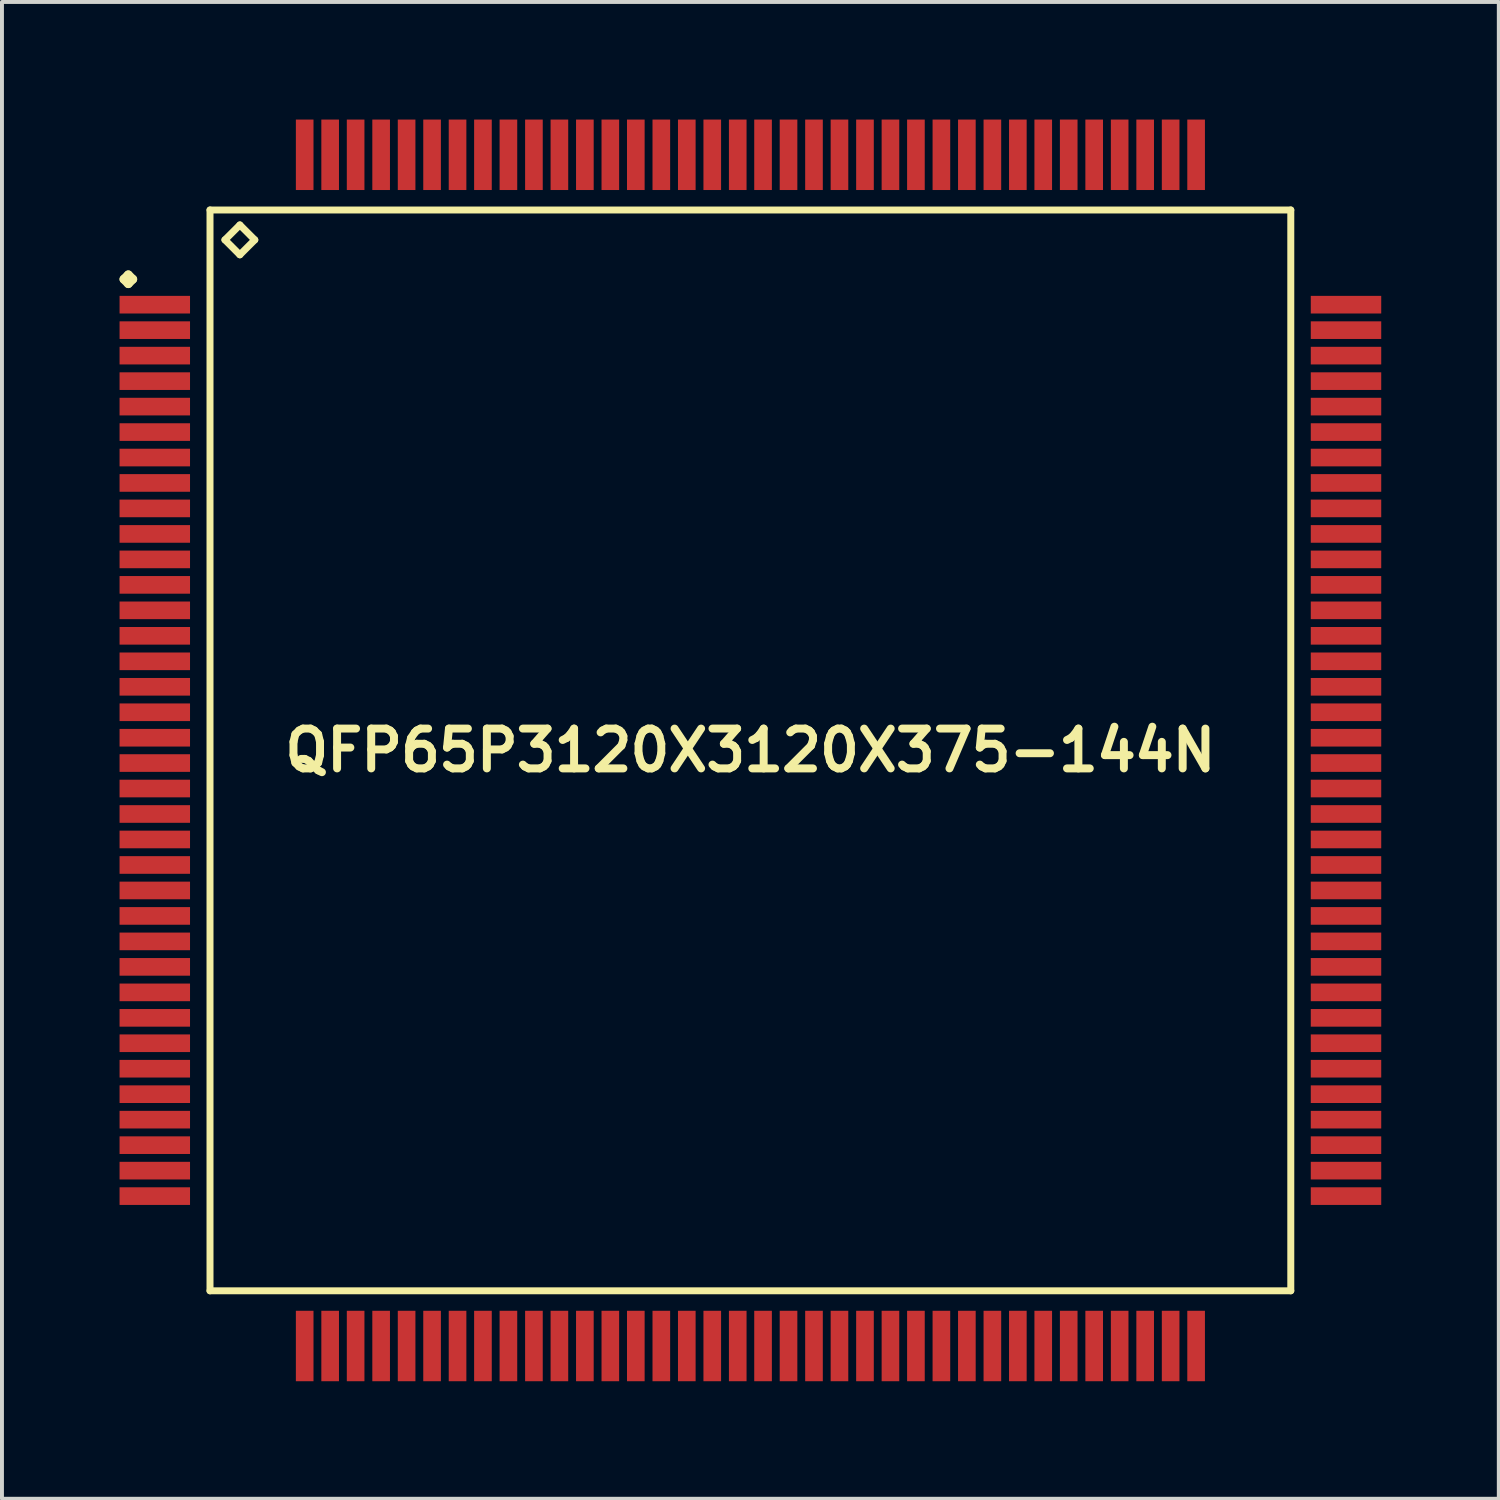
<source format=kicad_pcb>
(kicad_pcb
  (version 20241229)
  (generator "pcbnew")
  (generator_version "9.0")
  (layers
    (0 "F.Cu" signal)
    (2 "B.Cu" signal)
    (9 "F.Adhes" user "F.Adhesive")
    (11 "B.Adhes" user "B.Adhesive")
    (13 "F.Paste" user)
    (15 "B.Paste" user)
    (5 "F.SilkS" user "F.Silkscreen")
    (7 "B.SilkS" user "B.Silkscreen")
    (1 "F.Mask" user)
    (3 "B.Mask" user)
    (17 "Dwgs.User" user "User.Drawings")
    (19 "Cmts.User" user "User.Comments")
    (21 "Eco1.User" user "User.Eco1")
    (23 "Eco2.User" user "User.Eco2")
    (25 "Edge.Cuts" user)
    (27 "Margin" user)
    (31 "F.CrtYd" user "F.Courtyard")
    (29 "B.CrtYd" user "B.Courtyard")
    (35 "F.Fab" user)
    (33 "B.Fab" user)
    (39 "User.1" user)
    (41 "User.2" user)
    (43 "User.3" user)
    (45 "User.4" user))
  (footprint "QFP65P3120X3120X375-144N"
    (layer "F.Cu")
    (at 16.099 16.099)
    (property "Reference" "QFP65P3120X3120X375-144N" (at 0 0 0) (layer "F.SilkS") (effects (font (size 1.016 1.016) (thickness 0.203))))
    (attr smd)
    (fp_line (start -15.987 -12.024) (end -15.875 -12.136) (stroke (width 0.224) (type solid)) (layer "F.SilkS"))
    (fp_line (start -15.875 -12.136) (end -15.761 -12.024) (stroke (width 0.224) (type solid)) (layer "F.SilkS"))
    (fp_line (start -15.875 -11.91) (end -15.987 -12.024) (stroke (width 0.224) (type solid)) (layer "F.SilkS"))
    (fp_line (start -15.761 -12.024) (end -15.875 -11.91) (stroke (width 0.224) (type solid)) (layer "F.SilkS"))
    (fp_line (start -13.79 -13.79) (end -13.79 13.79) (stroke (width 0.178) (type solid)) (layer "F.SilkS"))
    (fp_line (start -13.79 13.79) (end 13.79 13.79) (stroke (width 0.178) (type solid)) (layer "F.SilkS"))
    (fp_line (start -13.409 -13.028) (end -13.028 -13.409) (stroke (width 0.178) (type solid)) (layer "F.SilkS"))
    (fp_line (start -13.028 -13.409) (end -12.647 -13.028) (stroke (width 0.178) (type solid)) (layer "F.SilkS"))
    (fp_line (start -13.028 -12.647) (end -13.409 -13.028) (stroke (width 0.178) (type solid)) (layer "F.SilkS"))
    (fp_line (start -12.647 -13.028) (end -13.028 -12.647) (stroke (width 0.178) (type solid)) (layer "F.SilkS"))
    (fp_line (start 13.79 -13.79) (end -13.79 -13.79) (stroke (width 0.178) (type solid)) (layer "F.SilkS"))
    (fp_line (start 13.79 13.79) (end 13.79 -13.79) (stroke (width 0.178) (type solid)) (layer "F.SilkS"))
    (pad "1" smd rect (at -15.199 -11.374) (size 1.798 0.45) (layers "F.Cu" "F.Mask" "F.Paste"))
    (pad "2" smd rect (at -15.199 -10.724) (size 1.798 0.45) (layers "F.Cu" "F.Mask" "F.Paste"))
    (pad "3" smd rect (at -15.199 -10.074) (size 1.798 0.45) (layers "F.Cu" "F.Mask" "F.Paste"))
    (pad "4" smd rect (at -15.199 -9.423) (size 1.798 0.45) (layers "F.Cu" "F.Mask" "F.Paste"))
    (pad "5" smd rect (at -15.199 -8.773) (size 1.798 0.45) (layers "F.Cu" "F.Mask" "F.Paste"))
    (pad "6" smd rect (at -15.199 -8.123) (size 1.798 0.45) (layers "F.Cu" "F.Mask" "F.Paste"))
    (pad "7" smd rect (at -15.199 -7.473) (size 1.798 0.45) (layers "F.Cu" "F.Mask" "F.Paste"))
    (pad "8" smd rect (at -15.199 -6.825) (size 1.798 0.45) (layers "F.Cu" "F.Mask" "F.Paste"))
    (pad "9" smd rect (at -15.199 -6.175) (size 1.798 0.45) (layers "F.Cu" "F.Mask" "F.Paste"))
    (pad "10" smd rect (at -15.199 -5.524) (size 1.798 0.45) (layers "F.Cu" "F.Mask" "F.Paste"))
    (pad "11" smd rect (at -15.199 -4.874) (size 1.798 0.45) (layers "F.Cu" "F.Mask" "F.Paste"))
    (pad "12" smd rect (at -15.199 -4.224) (size 1.798 0.45) (layers "F.Cu" "F.Mask" "F.Paste"))
    (pad "13" smd rect (at -15.199 -3.574) (size 1.798 0.45) (layers "F.Cu" "F.Mask" "F.Paste"))
    (pad "14" smd rect (at -15.199 -2.924) (size 1.798 0.45) (layers "F.Cu" "F.Mask" "F.Paste"))
    (pad "15" smd rect (at -15.199 -2.273) (size 1.798 0.45) (layers "F.Cu" "F.Mask" "F.Paste"))
    (pad "16" smd rect (at -15.199 -1.623) (size 1.798 0.45) (layers "F.Cu" "F.Mask" "F.Paste"))
    (pad "17" smd rect (at -15.199 -0.973) (size 1.798 0.45) (layers "F.Cu" "F.Mask" "F.Paste"))
    (pad "18" smd rect (at -15.199 -0.323) (size 1.798 0.45) (layers "F.Cu" "F.Mask" "F.Paste"))
    (pad "19" smd rect (at -15.199 0.323) (size 1.798 0.45) (layers "F.Cu" "F.Mask" "F.Paste"))
    (pad "20" smd rect (at -15.199 0.973) (size 1.798 0.45) (layers "F.Cu" "F.Mask" "F.Paste"))
    (pad "21" smd rect (at -15.199 1.623) (size 1.798 0.45) (layers "F.Cu" "F.Mask" "F.Paste"))
    (pad "22" smd rect (at -15.199 2.273) (size 1.798 0.45) (layers "F.Cu" "F.Mask" "F.Paste"))
    (pad "23" smd rect (at -15.199 2.924) (size 1.798 0.45) (layers "F.Cu" "F.Mask" "F.Paste"))
    (pad "24" smd rect (at -15.199 3.574) (size 1.798 0.45) (layers "F.Cu" "F.Mask" "F.Paste"))
    (pad "25" smd rect (at -15.199 4.224) (size 1.798 0.45) (layers "F.Cu" "F.Mask" "F.Paste"))
    (pad "26" smd rect (at -15.199 4.874) (size 1.798 0.45) (layers "F.Cu" "F.Mask" "F.Paste"))
    (pad "27" smd rect (at -15.199 5.524) (size 1.798 0.45) (layers "F.Cu" "F.Mask" "F.Paste"))
    (pad "28" smd rect (at -15.199 6.175) (size 1.798 0.45) (layers "F.Cu" "F.Mask" "F.Paste"))
    (pad "29" smd rect (at -15.199 6.825) (size 1.798 0.45) (layers "F.Cu" "F.Mask" "F.Paste"))
    (pad "30" smd rect (at -15.199 7.473) (size 1.798 0.45) (layers "F.Cu" "F.Mask" "F.Paste"))
    (pad "31" smd rect (at -15.199 8.123) (size 1.798 0.45) (layers "F.Cu" "F.Mask" "F.Paste"))
    (pad "32" smd rect (at -15.199 8.773) (size 1.798 0.45) (layers "F.Cu" "F.Mask" "F.Paste"))
    (pad "33" smd rect (at -15.199 9.423) (size 1.798 0.45) (layers "F.Cu" "F.Mask" "F.Paste"))
    (pad "34" smd rect (at -15.199 10.074) (size 1.798 0.45) (layers "F.Cu" "F.Mask" "F.Paste"))
    (pad "35" smd rect (at -15.199 10.724) (size 1.798 0.45) (layers "F.Cu" "F.Mask" "F.Paste"))
    (pad "36" smd rect (at -15.199 11.374) (size 1.798 0.45) (layers "F.Cu" "F.Mask" "F.Paste"))
    (pad "37" smd rect (at -11.374 15.199) (size 0.45 1.798) (layers "F.Cu" "F.Mask" "F.Paste"))
    (pad "38" smd rect (at -10.724 15.199) (size 0.45 1.798) (layers "F.Cu" "F.Mask" "F.Paste"))
    (pad "39" smd rect (at -10.074 15.199) (size 0.45 1.798) (layers "F.Cu" "F.Mask" "F.Paste"))
    (pad "40" smd rect (at -9.423 15.199) (size 0.45 1.798) (layers "F.Cu" "F.Mask" "F.Paste"))
    (pad "41" smd rect (at -8.773 15.199) (size 0.45 1.798) (layers "F.Cu" "F.Mask" "F.Paste"))
    (pad "42" smd rect (at -8.123 15.199) (size 0.45 1.798) (layers "F.Cu" "F.Mask" "F.Paste"))
    (pad "43" smd rect (at -7.473 15.199) (size 0.45 1.798) (layers "F.Cu" "F.Mask" "F.Paste"))
    (pad "44" smd rect (at -6.825 15.199) (size 0.45 1.798) (layers "F.Cu" "F.Mask" "F.Paste"))
    (pad "45" smd rect (at -6.175 15.199) (size 0.45 1.798) (layers "F.Cu" "F.Mask" "F.Paste"))
    (pad "46" smd rect (at -5.524 15.199) (size 0.45 1.798) (layers "F.Cu" "F.Mask" "F.Paste"))
    (pad "47" smd rect (at -4.874 15.199) (size 0.45 1.798) (layers "F.Cu" "F.Mask" "F.Paste"))
    (pad "48" smd rect (at -4.224 15.199) (size 0.45 1.798) (layers "F.Cu" "F.Mask" "F.Paste"))
    (pad "49" smd rect (at -3.574 15.199) (size 0.45 1.798) (layers "F.Cu" "F.Mask" "F.Paste"))
    (pad "50" smd rect (at -2.924 15.199) (size 0.45 1.798) (layers "F.Cu" "F.Mask" "F.Paste"))
    (pad "51" smd rect (at -2.273 15.199) (size 0.45 1.798) (layers "F.Cu" "F.Mask" "F.Paste"))
    (pad "52" smd rect (at -1.623 15.199) (size 0.45 1.798) (layers "F.Cu" "F.Mask" "F.Paste"))
    (pad "53" smd rect (at -0.973 15.199) (size 0.45 1.798) (layers "F.Cu" "F.Mask" "F.Paste"))
    (pad "54" smd rect (at -0.323 15.199) (size 0.45 1.798) (layers "F.Cu" "F.Mask" "F.Paste"))
    (pad "55" smd rect (at 0.323 15.199) (size 0.45 1.798) (layers "F.Cu" "F.Mask" "F.Paste"))
    (pad "56" smd rect (at 0.973 15.199) (size 0.45 1.798) (layers "F.Cu" "F.Mask" "F.Paste"))
    (pad "57" smd rect (at 1.623 15.199) (size 0.45 1.798) (layers "F.Cu" "F.Mask" "F.Paste"))
    (pad "58" smd rect (at 2.273 15.199) (size 0.45 1.798) (layers "F.Cu" "F.Mask" "F.Paste"))
    (pad "59" smd rect (at 2.924 15.199) (size 0.45 1.798) (layers "F.Cu" "F.Mask" "F.Paste"))
    (pad "60" smd rect (at 3.574 15.199) (size 0.45 1.798) (layers "F.Cu" "F.Mask" "F.Paste"))
    (pad "61" smd rect (at 4.224 15.199) (size 0.45 1.798) (layers "F.Cu" "F.Mask" "F.Paste"))
    (pad "62" smd rect (at 4.874 15.199) (size 0.45 1.798) (layers "F.Cu" "F.Mask" "F.Paste"))
    (pad "63" smd rect (at 5.524 15.199) (size 0.45 1.798) (layers "F.Cu" "F.Mask" "F.Paste"))
    (pad "64" smd rect (at 6.175 15.199) (size 0.45 1.798) (layers "F.Cu" "F.Mask" "F.Paste"))
    (pad "65" smd rect (at 6.825 15.199) (size 0.45 1.798) (layers "F.Cu" "F.Mask" "F.Paste"))
    (pad "66" smd rect (at 7.473 15.199) (size 0.45 1.798) (layers "F.Cu" "F.Mask" "F.Paste"))
    (pad "67" smd rect (at 8.123 15.199) (size 0.45 1.798) (layers "F.Cu" "F.Mask" "F.Paste"))
    (pad "68" smd rect (at 8.773 15.199) (size 0.45 1.798) (layers "F.Cu" "F.Mask" "F.Paste"))
    (pad "69" smd rect (at 9.423 15.199) (size 0.45 1.798) (layers "F.Cu" "F.Mask" "F.Paste"))
    (pad "70" smd rect (at 10.074 15.199) (size 0.45 1.798) (layers "F.Cu" "F.Mask" "F.Paste"))
    (pad "71" smd rect (at 10.724 15.199) (size 0.45 1.798) (layers "F.Cu" "F.Mask" "F.Paste"))
    (pad "72" smd rect (at 11.374 15.199) (size 0.45 1.798) (layers "F.Cu" "F.Mask" "F.Paste"))
    (pad "73" smd rect (at 15.199 11.374) (size 1.798 0.45) (layers "F.Cu" "F.Mask" "F.Paste"))
    (pad "74" smd rect (at 15.199 10.724) (size 1.798 0.45) (layers "F.Cu" "F.Mask" "F.Paste"))
    (pad "75" smd rect (at 15.199 10.074) (size 1.798 0.45) (layers "F.Cu" "F.Mask" "F.Paste"))
    (pad "76" smd rect (at 15.199 9.423) (size 1.798 0.45) (layers "F.Cu" "F.Mask" "F.Paste"))
    (pad "77" smd rect (at 15.199 8.773) (size 1.798 0.45) (layers "F.Cu" "F.Mask" "F.Paste"))
    (pad "78" smd rect (at 15.199 8.123) (size 1.798 0.45) (layers "F.Cu" "F.Mask" "F.Paste"))
    (pad "79" smd rect (at 15.199 7.473) (size 1.798 0.45) (layers "F.Cu" "F.Mask" "F.Paste"))
    (pad "80" smd rect (at 15.199 6.825) (size 1.798 0.45) (layers "F.Cu" "F.Mask" "F.Paste"))
    (pad "81" smd rect (at 15.199 6.175) (size 1.798 0.45) (layers "F.Cu" "F.Mask" "F.Paste"))
    (pad "82" smd rect (at 15.199 5.524) (size 1.798 0.45) (layers "F.Cu" "F.Mask" "F.Paste"))
    (pad "83" smd rect (at 15.199 4.874) (size 1.798 0.45) (layers "F.Cu" "F.Mask" "F.Paste"))
    (pad "84" smd rect (at 15.199 4.224) (size 1.798 0.45) (layers "F.Cu" "F.Mask" "F.Paste"))
    (pad "85" smd rect (at 15.199 3.574) (size 1.798 0.45) (layers "F.Cu" "F.Mask" "F.Paste"))
    (pad "86" smd rect (at 15.199 2.924) (size 1.798 0.45) (layers "F.Cu" "F.Mask" "F.Paste"))
    (pad "87" smd rect (at 15.199 2.273) (size 1.798 0.45) (layers "F.Cu" "F.Mask" "F.Paste"))
    (pad "88" smd rect (at 15.199 1.623) (size 1.798 0.45) (layers "F.Cu" "F.Mask" "F.Paste"))
    (pad "89" smd rect (at 15.199 0.973) (size 1.798 0.45) (layers "F.Cu" "F.Mask" "F.Paste"))
    (pad "90" smd rect (at 15.199 0.323) (size 1.798 0.45) (layers "F.Cu" "F.Mask" "F.Paste"))
    (pad "91" smd rect (at 15.199 -0.323) (size 1.798 0.45) (layers "F.Cu" "F.Mask" "F.Paste"))
    (pad "92" smd rect (at 15.199 -0.973) (size 1.798 0.45) (layers "F.Cu" "F.Mask" "F.Paste"))
    (pad "93" smd rect (at 15.199 -1.623) (size 1.798 0.45) (layers "F.Cu" "F.Mask" "F.Paste"))
    (pad "94" smd rect (at 15.199 -2.273) (size 1.798 0.45) (layers "F.Cu" "F.Mask" "F.Paste"))
    (pad "95" smd rect (at 15.199 -2.924) (size 1.798 0.45) (layers "F.Cu" "F.Mask" "F.Paste"))
    (pad "96" smd rect (at 15.199 -3.574) (size 1.798 0.45) (layers "F.Cu" "F.Mask" "F.Paste"))
    (pad "97" smd rect (at 15.199 -4.224) (size 1.798 0.45) (layers "F.Cu" "F.Mask" "F.Paste"))
    (pad "98" smd rect (at 15.199 -4.874) (size 1.798 0.45) (layers "F.Cu" "F.Mask" "F.Paste"))
    (pad "99" smd rect (at 15.199 -5.524) (size 1.798 0.45) (layers "F.Cu" "F.Mask" "F.Paste"))
    (pad "100" smd rect (at 15.199 -6.175) (size 1.798 0.45) (layers "F.Cu" "F.Mask" "F.Paste"))
    (pad "101" smd rect (at 15.199 -6.825) (size 1.798 0.45) (layers "F.Cu" "F.Mask" "F.Paste"))
    (pad "102" smd rect (at 15.199 -7.473) (size 1.798 0.45) (layers "F.Cu" "F.Mask" "F.Paste"))
    (pad "103" smd rect (at 15.199 -8.123) (size 1.798 0.45) (layers "F.Cu" "F.Mask" "F.Paste"))
    (pad "104" smd rect (at 15.199 -8.773) (size 1.798 0.45) (layers "F.Cu" "F.Mask" "F.Paste"))
    (pad "105" smd rect (at 15.199 -9.423) (size 1.798 0.45) (layers "F.Cu" "F.Mask" "F.Paste"))
    (pad "106" smd rect (at 15.199 -10.074) (size 1.798 0.45) (layers "F.Cu" "F.Mask" "F.Paste"))
    (pad "107" smd rect (at 15.199 -10.724) (size 1.798 0.45) (layers "F.Cu" "F.Mask" "F.Paste"))
    (pad "108" smd rect (at 15.199 -11.374) (size 1.798 0.45) (layers "F.Cu" "F.Mask" "F.Paste"))
    (pad "109" smd rect (at 11.374 -15.199) (size 0.45 1.798) (layers "F.Cu" "F.Mask" "F.Paste"))
    (pad "110" smd rect (at 10.724 -15.199) (size 0.45 1.798) (layers "F.Cu" "F.Mask" "F.Paste"))
    (pad "111" smd rect (at 10.074 -15.199) (size 0.45 1.798) (layers "F.Cu" "F.Mask" "F.Paste"))
    (pad "112" smd rect (at 9.423 -15.199) (size 0.45 1.798) (layers "F.Cu" "F.Mask" "F.Paste"))
    (pad "113" smd rect (at 8.773 -15.199) (size 0.45 1.798) (layers "F.Cu" "F.Mask" "F.Paste"))
    (pad "114" smd rect (at 8.123 -15.199) (size 0.45 1.798) (layers "F.Cu" "F.Mask" "F.Paste"))
    (pad "115" smd rect (at 7.473 -15.199) (size 0.45 1.798) (layers "F.Cu" "F.Mask" "F.Paste"))
    (pad "116" smd rect (at 6.825 -15.199) (size 0.45 1.798) (layers "F.Cu" "F.Mask" "F.Paste"))
    (pad "117" smd rect (at 6.175 -15.199) (size 0.45 1.798) (layers "F.Cu" "F.Mask" "F.Paste"))
    (pad "118" smd rect (at 5.524 -15.199) (size 0.45 1.798) (layers "F.Cu" "F.Mask" "F.Paste"))
    (pad "119" smd rect (at 4.874 -15.199) (size 0.45 1.798) (layers "F.Cu" "F.Mask" "F.Paste"))
    (pad "120" smd rect (at 4.224 -15.199) (size 0.45 1.798) (layers "F.Cu" "F.Mask" "F.Paste"))
    (pad "121" smd rect (at 3.574 -15.199) (size 0.45 1.798) (layers "F.Cu" "F.Mask" "F.Paste"))
    (pad "122" smd rect (at 2.924 -15.199) (size 0.45 1.798) (layers "F.Cu" "F.Mask" "F.Paste"))
    (pad "123" smd rect (at 2.273 -15.199) (size 0.45 1.798) (layers "F.Cu" "F.Mask" "F.Paste"))
    (pad "124" smd rect (at 1.623 -15.199) (size 0.45 1.798) (layers "F.Cu" "F.Mask" "F.Paste"))
    (pad "125" smd rect (at 0.973 -15.199) (size 0.45 1.798) (layers "F.Cu" "F.Mask" "F.Paste"))
    (pad "126" smd rect (at 0.323 -15.199) (size 0.45 1.798) (layers "F.Cu" "F.Mask" "F.Paste"))
    (pad "127" smd rect (at -0.323 -15.199) (size 0.45 1.798) (layers "F.Cu" "F.Mask" "F.Paste"))
    (pad "128" smd rect (at -0.973 -15.199) (size 0.45 1.798) (layers "F.Cu" "F.Mask" "F.Paste"))
    (pad "129" smd rect (at -1.623 -15.199) (size 0.45 1.798) (layers "F.Cu" "F.Mask" "F.Paste"))
    (pad "130" smd rect (at -2.273 -15.199) (size 0.45 1.798) (layers "F.Cu" "F.Mask" "F.Paste"))
    (pad "131" smd rect (at -2.924 -15.199) (size 0.45 1.798) (layers "F.Cu" "F.Mask" "F.Paste"))
    (pad "132" smd rect (at -3.574 -15.199) (size 0.45 1.798) (layers "F.Cu" "F.Mask" "F.Paste"))
    (pad "133" smd rect (at -4.224 -15.199) (size 0.45 1.798) (layers "F.Cu" "F.Mask" "F.Paste"))
    (pad "134" smd rect (at -4.874 -15.199) (size 0.45 1.798) (layers "F.Cu" "F.Mask" "F.Paste"))
    (pad "135" smd rect (at -5.524 -15.199) (size 0.45 1.798) (layers "F.Cu" "F.Mask" "F.Paste"))
    (pad "136" smd rect (at -6.175 -15.199) (size 0.45 1.798) (layers "F.Cu" "F.Mask" "F.Paste"))
    (pad "137" smd rect (at -6.825 -15.199) (size 0.45 1.798) (layers "F.Cu" "F.Mask" "F.Paste"))
    (pad "138" smd rect (at -7.473 -15.199) (size 0.45 1.798) (layers "F.Cu" "F.Mask" "F.Paste"))
    (pad "139" smd rect (at -8.123 -15.199) (size 0.45 1.798) (layers "F.Cu" "F.Mask" "F.Paste"))
    (pad "140" smd rect (at -8.773 -15.199) (size 0.45 1.798) (layers "F.Cu" "F.Mask" "F.Paste"))
    (pad "141" smd rect (at -9.423 -15.199) (size 0.45 1.798) (layers "F.Cu" "F.Mask" "F.Paste"))
    (pad "142" smd rect (at -10.074 -15.199) (size 0.45 1.798) (layers "F.Cu" "F.Mask" "F.Paste"))
    (pad "143" smd rect (at -10.724 -15.199) (size 0.45 1.798) (layers "F.Cu" "F.Mask" "F.Paste"))
    (pad "144" smd rect (at -11.374 -15.199) (size 0.45 1.798) (layers "F.Cu" "F.Mask" "F.Paste")))
  (gr_rect
    (start -3 -3)
    (end 35.197 35.197)
    (stroke (width 0.1) (type default))
    (fill no)
    (layer "Edge.Cuts")))
</source>
